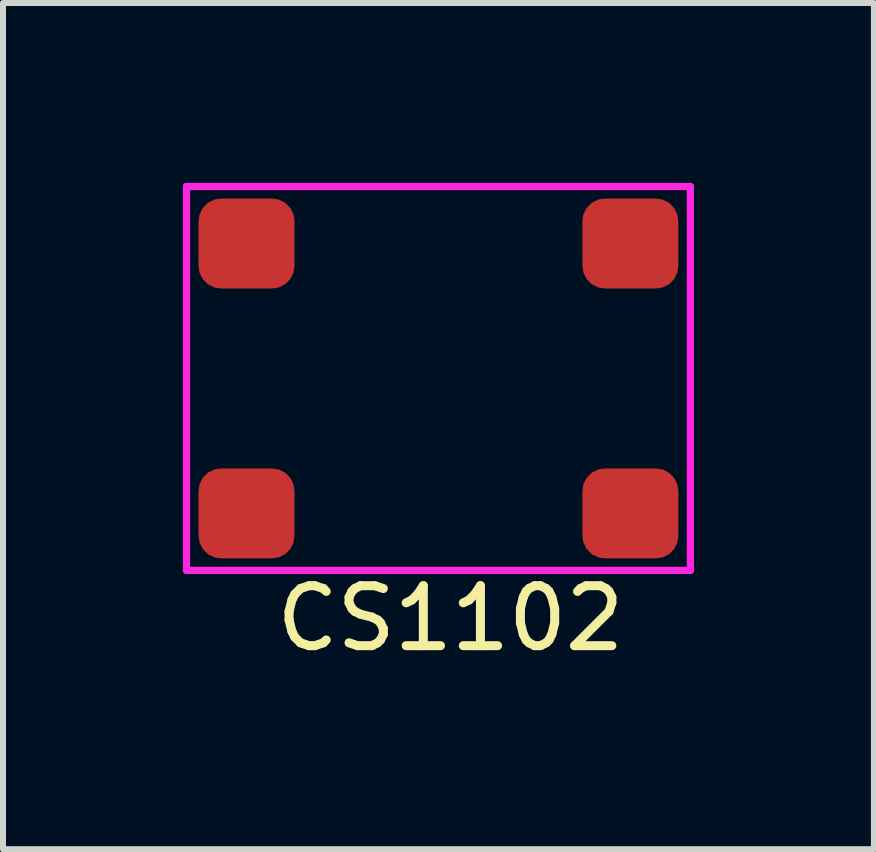
<source format=kicad_pcb>
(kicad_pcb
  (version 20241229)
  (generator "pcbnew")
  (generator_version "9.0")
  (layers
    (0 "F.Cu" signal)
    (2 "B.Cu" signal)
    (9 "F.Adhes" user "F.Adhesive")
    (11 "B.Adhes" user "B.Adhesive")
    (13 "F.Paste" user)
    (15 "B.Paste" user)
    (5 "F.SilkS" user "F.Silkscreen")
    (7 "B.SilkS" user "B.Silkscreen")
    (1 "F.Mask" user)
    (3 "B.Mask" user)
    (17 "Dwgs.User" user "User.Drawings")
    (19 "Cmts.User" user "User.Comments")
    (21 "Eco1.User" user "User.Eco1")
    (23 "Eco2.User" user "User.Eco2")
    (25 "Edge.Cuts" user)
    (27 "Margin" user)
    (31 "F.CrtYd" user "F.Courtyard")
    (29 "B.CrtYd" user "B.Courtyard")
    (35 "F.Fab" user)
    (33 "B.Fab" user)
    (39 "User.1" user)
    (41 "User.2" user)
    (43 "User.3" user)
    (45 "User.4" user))
  (footprint "CS1102"
    (layer "F.Cu")
    (at 4.26 3.26)
    (property "Reference" "CS1102" (at 0.2 4 0) (layer "F.SilkS") (effects (font (size 1 1) (thickness 0.15))))
    (attr through_hole)
    (fp_line (start -4.2 -3.2) (end 4.2 -3.2) (stroke (width 0.12) (type solid)) (layer "F.CrtYd"))
    (fp_line (start -4.2 3.2) (end -4.2 -3.2) (stroke (width 0.12) (type solid)) (layer "F.CrtYd"))
    (fp_line (start 4.2 -3.2) (end 4.2 3.2) (stroke (width 0.12) (type solid)) (layer "F.CrtYd"))
    (fp_line (start 4.2 3.2) (end -4.2 3.2) (stroke (width 0.12) (type solid)) (layer "F.CrtYd"))
    (pad "1" smd roundrect (at -3.2 -2.25) (size 1.6 1.5) (layers "F.Cu" "F.Mask" "F.Paste") (roundrect_rratio 0.25))
    (pad "2" smd roundrect (at 3.2 -2.25) (size 1.6 1.5) (layers "F.Cu" "F.Mask" "F.Paste") (roundrect_rratio 0.25))
    (pad "3" smd roundrect (at -3.2 2.25) (size 1.6 1.5) (layers "F.Cu" "F.Mask" "F.Paste") (roundrect_rratio 0.25))
    (pad "4" smd roundrect (at 3.2 2.25) (size 1.6 1.5) (layers "F.Cu" "F.Mask" "F.Paste") (roundrect_rratio 0.25)))
  (gr_rect
    (start -3 -3)
    (end 11.52 11.108)
    (stroke (width 0.1) (type default))
    (fill no)
    (layer "Edge.Cuts")))
</source>
